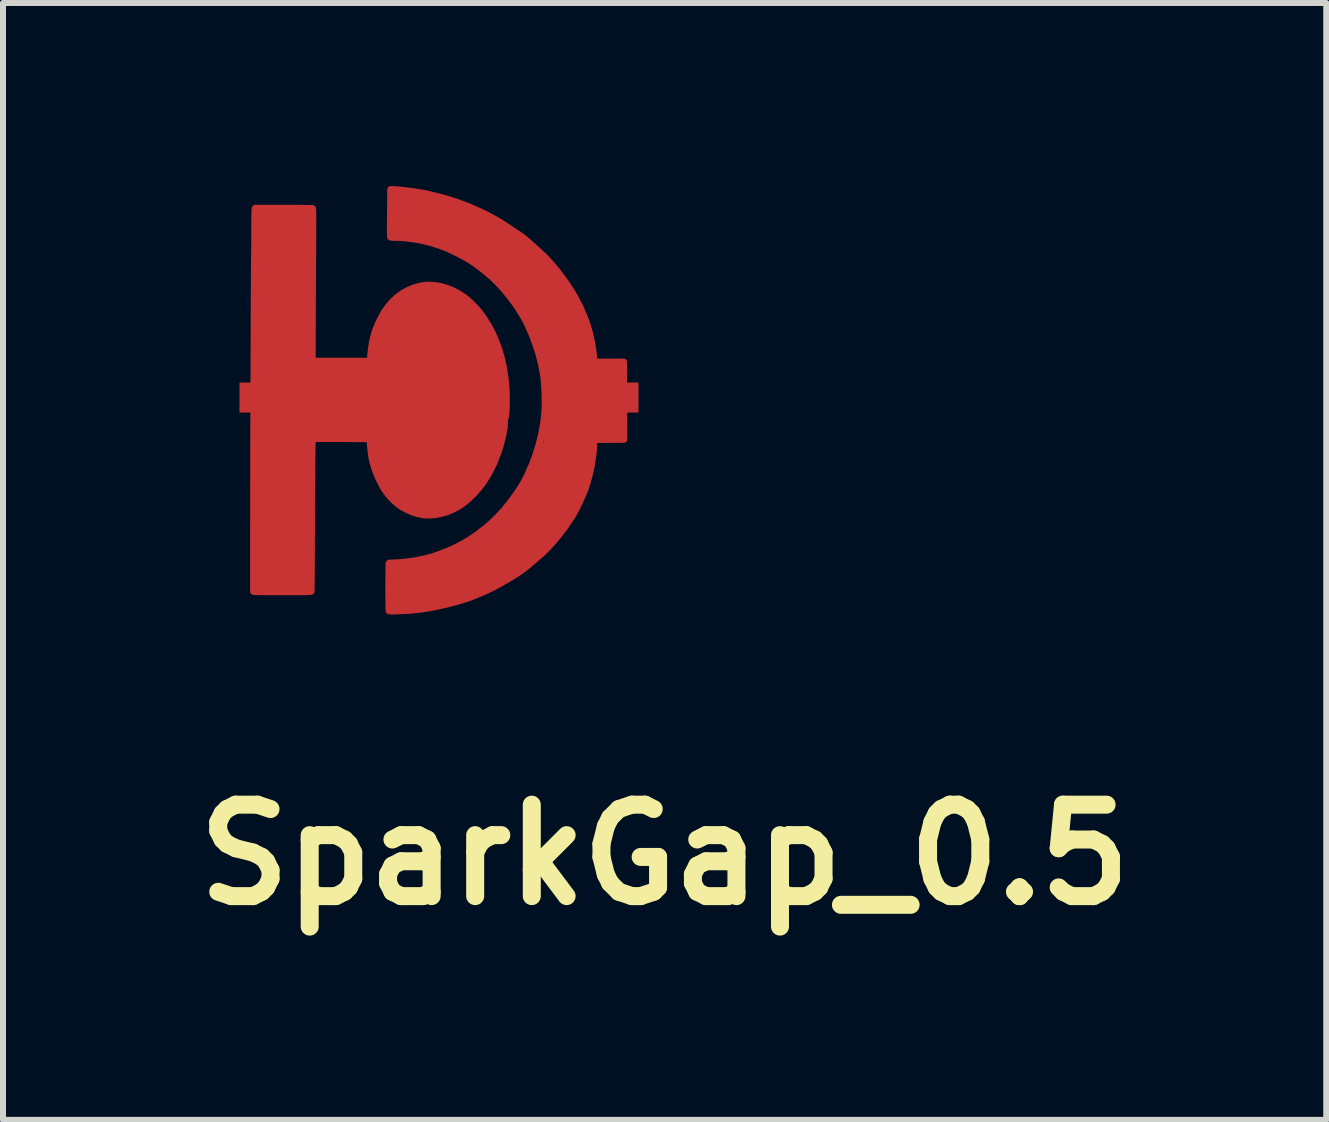
<source format=kicad_pcb>
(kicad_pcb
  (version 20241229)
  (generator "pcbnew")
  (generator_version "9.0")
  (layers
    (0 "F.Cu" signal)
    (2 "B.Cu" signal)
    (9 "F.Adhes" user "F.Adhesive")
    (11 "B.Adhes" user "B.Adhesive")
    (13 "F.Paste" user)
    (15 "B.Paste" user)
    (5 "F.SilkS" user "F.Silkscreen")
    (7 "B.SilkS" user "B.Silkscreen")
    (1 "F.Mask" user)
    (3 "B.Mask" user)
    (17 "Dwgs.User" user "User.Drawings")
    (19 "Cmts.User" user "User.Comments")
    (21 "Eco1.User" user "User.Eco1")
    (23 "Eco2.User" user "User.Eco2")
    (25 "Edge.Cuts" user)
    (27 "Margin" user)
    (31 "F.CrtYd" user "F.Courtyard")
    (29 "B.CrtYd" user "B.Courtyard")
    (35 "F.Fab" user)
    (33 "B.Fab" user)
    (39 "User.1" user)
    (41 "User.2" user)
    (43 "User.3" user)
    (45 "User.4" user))
  (footprint "SparkGap_0.5"
    (layer "F.Cu")
    (at 7.341 3.575)
    (property "Reference" "SparkGap_0.5" (at 0.685 7.62 0) (layer "F.SilkS") (effects (font (size 1.524 1.524) (thickness 0.3))))
    (attr through_hole)
    (fp_poly (pts (xy -3.95 -3.05) (xy -1.9 -2.25) (xy -1 0.075) (xy -1.625 1.825) (xy -3.9 3.55) (xy -6.175 3.55) (xy -6.2 -3.525) (xy -3.95 -3.525)) (stroke (width 0.1) (type solid)) (fill yes) (layer "F.Mask"))
    (pad "1" smd custom (at 0 0) (size 0.5 0.5) (layers "F.Cu" "F.Mask") (options (anchor rect)) (primitives (gr_poly (pts (xy -3.84 -3.473) (xy -3.81 -3.472) (xy -3.777 -3.47) (xy -3.743 -3.467) (xy -3.713 -3.464) (xy -3.626 -3.454) (xy -3.55 -3.444) (xy -3.482 -3.435) (xy -3.419 -3.426) (xy -3.359 -3.415) (xy -3.301 -3.404) (xy -3.241 -3.391) (xy -3.178 -3.376) (xy -3.109 -3.359) (xy -3.032 -3.339) (xy -2.957 -3.318) (xy -2.921 -3.308) (xy -2.877 -3.294) (xy -2.828 -3.278) (xy -2.776 -3.26) (xy -2.723 -3.242) (xy -2.673 -3.223) (xy -2.627 -3.206) (xy -2.588 -3.191) (xy -2.558 -3.178) (xy -2.552 -3.176) (xy -2.531 -3.166) (xy -2.515 -3.159) (xy -2.507 -3.156) (xy -2.506 -3.156) (xy -2.499 -3.153) (xy -2.483 -3.147) (xy -2.462 -3.137) (xy -2.456 -3.134) (xy -2.428 -3.121) (xy -2.394 -3.106) (xy -2.362 -3.091) (xy -2.357 -3.089) (xy -2.327 -3.075) (xy -2.288 -3.055) (xy -2.243 -3.031) (xy -2.193 -3.004) (xy -2.14 -2.975) (xy -2.087 -2.945) (xy -2.069 -2.934) (xy -2.047 -2.921) (xy -2.017 -2.902) (xy -1.98 -2.879) (xy -1.938 -2.852) (xy -1.894 -2.822) (xy -1.849 -2.792) (xy -1.805 -2.763) (xy -1.764 -2.735) (xy -1.727 -2.71) (xy -1.698 -2.689) (xy -1.693 -2.686) (xy -1.68 -2.676) (xy -1.667 -2.666) (xy -1.653 -2.655) (xy -1.637 -2.642) (xy -1.618 -2.626) (xy -1.595 -2.606) (xy -1.566 -2.581) (xy -1.531 -2.549) (xy -1.487 -2.511) (xy -1.471 -2.496) (xy -1.412 -2.443) (xy -1.361 -2.395) (xy -1.314 -2.35) (xy -1.269 -2.304) (xy -1.225 -2.255) (xy -1.178 -2.202) (xy -1.126 -2.141) (xy -1.102 -2.111) (xy -1.073 -2.074) (xy -1.041 -2.031) (xy -1.007 -1.986) (xy -0.975 -1.941) (xy -0.945 -1.899) (xy -0.92 -1.863) (xy -0.914 -1.853) (xy -0.889 -1.814) (xy -0.867 -1.78) (xy -0.849 -1.751) (xy -0.835 -1.729) (xy -0.828 -1.716) (xy -0.826 -1.712) (xy -0.823 -1.706) (xy -0.815 -1.691) (xy -0.804 -1.671) (xy -0.797 -1.66) (xy -0.787 -1.641) (xy -0.773 -1.616) (xy -0.758 -1.586) (xy -0.742 -1.555) (xy -0.726 -1.523) (xy -0.711 -1.493) (xy -0.699 -1.468) (xy -0.691 -1.449) (xy -0.687 -1.439) (xy -0.687 -1.438) (xy -0.684 -1.431) (xy -0.678 -1.415) (xy -0.671 -1.4) (xy -0.628 -1.296) (xy -0.59 -1.184) (xy -0.556 -1.064) (xy -0.528 -0.939) (xy -0.506 -0.812) (xy -0.49 -0.685) (xy -0.49 -0.677) (xy -0.486 -0.644) (xy -0.482 -0.62) (xy -0.478 -0.605) (xy -0.475 -0.602) (xy -0.468 -0.601) (xy -0.448 -0.6) (xy -0.419 -0.599) (xy -0.382 -0.599) (xy -0.338 -0.598) (xy -0.288 -0.598) (xy -0.234 -0.598) (xy -0.229 -0.598) (xy 0.009 -0.6) (xy 0.011 0.052) (xy 0.013 0.705) (xy -0.237 0.706) (xy -0.487 0.708) (xy -0.488 0.765) (xy -0.495 0.897) (xy -0.512 1.034) (xy -0.536 1.174) (xy -0.569 1.314) (xy -0.608 1.451) (xy -0.636 1.534) (xy -0.648 1.565) (xy -0.665 1.605) (xy -0.685 1.65) (xy -0.707 1.699) (xy -0.729 1.747) (xy -0.751 1.793) (xy -0.77 1.834) (xy -0.787 1.865) (xy -0.789 1.869) (xy -0.803 1.895) (xy -0.815 1.917) (xy -0.823 1.933) (xy -0.826 1.94) (xy -0.826 1.94) (xy -0.83 1.947) (xy -0.837 1.96) (xy -0.838 1.961) (xy -0.846 1.972) (xy -0.859 1.992) (xy -0.876 2.017) (xy -0.894 2.045) (xy -0.898 2.051) (xy -0.929 2.098) (xy -0.956 2.138) (xy -0.981 2.173) (xy -1.005 2.206) (xy -1.03 2.238) (xy -1.057 2.274) (xy -1.09 2.314) (xy -1.127 2.359) (xy -1.152 2.389) (xy -1.183 2.423) (xy -1.216 2.46) (xy -1.251 2.497) (xy -1.286 2.533) (xy -1.32 2.567) (xy -1.35 2.597) (xy -1.375 2.62) (xy -1.393 2.636) (xy -1.395 2.638) (xy -1.41 2.649) (xy -1.431 2.667) (xy -1.457 2.689) (xy -1.484 2.713) (xy -1.494 2.721) (xy -1.548 2.768) (xy -1.598 2.81) (xy -1.644 2.846) (xy -1.69 2.881) (xy -1.739 2.915) (xy -1.792 2.949) (xy -1.851 2.987) (xy -1.901 3.017) (xy -1.993 3.071) (xy -2.079 3.12) (xy -2.163 3.165) (xy -2.247 3.206) (xy -2.334 3.246) (xy -2.426 3.285) (xy -2.527 3.325) (xy -2.582 3.346) (xy -2.602 3.353) (xy -2.631 3.363) (xy -2.667 3.374) (xy -2.706 3.386) (xy -2.746 3.398) (xy -2.784 3.409) (xy -2.817 3.418) (xy -2.82 3.419) (xy -2.971 3.457) (xy -3.113 3.489) (xy -3.248 3.515) (xy -3.377 3.534) (xy -3.504 3.548) (xy -3.604 3.556) (xy -3.65 3.558) (xy -3.698 3.56) (xy -3.744 3.562) (xy -3.789 3.564) (xy -3.829 3.565) (xy -3.863 3.565) (xy -3.89 3.565) (xy -3.907 3.564) (xy -3.911 3.564) (xy -3.913 3.56) (xy -3.914 3.549) (xy -3.916 3.53) (xy -3.916 3.503) (xy -3.917 3.467) (xy -3.918 3.421) (xy -3.918 3.415) (xy -3.904 3.415) (xy -3.904 3.459) (xy -3.904 3.495) (xy -3.904 3.522) (xy -3.903 3.539) (xy -3.902 3.544) (xy -3.895 3.546) (xy -3.876 3.548) (xy -3.848 3.549) (xy -3.812 3.549) (xy -3.771 3.548) (xy -3.725 3.546) (xy -3.677 3.544) (xy -3.628 3.541) (xy -3.581 3.538) (xy -3.535 3.534) (xy -3.535 3.534) (xy -3.456 3.526) (xy -3.385 3.518) (xy -3.319 3.51) (xy -3.255 3.5) (xy -3.19 3.488) (xy -3.123 3.475) (xy -3.05 3.459) (xy -2.969 3.44) (xy -2.915 3.428) (xy -2.862 3.414) (xy -2.804 3.398) (xy -2.743 3.381) (xy -2.682 3.362) (xy -2.622 3.343) (xy -2.565 3.324) (xy -2.515 3.306) (xy -2.472 3.289) (xy -2.442 3.277) (xy -2.432 3.272) (xy -2.413 3.263) (xy -2.387 3.252) (xy -2.356 3.239) (xy -2.347 3.235) (xy -2.316 3.222) (xy -2.289 3.209) (xy -2.267 3.199) (xy -2.254 3.193) (xy -2.252 3.191) (xy -2.24 3.185) (xy -2.22 3.175) (xy -2.198 3.165) (xy -2.171 3.152) (xy -2.143 3.138) (xy -2.125 3.128) (xy -2.103 3.116) (xy -2.075 3.1) (xy -2.049 3.086) (xy -2.005 3.062) (xy -1.956 3.033) (xy -1.905 3.002) (xy -1.852 2.969) (xy -1.8 2.935) (xy -1.749 2.901) (xy -1.703 2.87) (xy -1.663 2.841) (xy -1.63 2.816) (xy -1.606 2.796) (xy -1.604 2.795) (xy -1.583 2.776) (xy -1.56 2.756) (xy -1.55 2.748) (xy -1.531 2.733) (xy -1.513 2.717) (xy -1.505 2.711) (xy -1.496 2.702) (xy -1.478 2.686) (xy -1.455 2.665) (xy -1.427 2.641) (xy -1.397 2.615) (xy -1.396 2.614) (xy -1.357 2.579) (xy -1.314 2.537) (xy -1.269 2.492) (xy -1.223 2.444) (xy -1.179 2.396) (xy -1.138 2.349) (xy -1.103 2.307) (xy -1.075 2.27) (xy -1.068 2.261) (xy -1.056 2.244) (xy -1.039 2.223) (xy -1.022 2.201) (xy -1.021 2.2) (xy -0.992 2.162) (xy -0.959 2.114) (xy -0.923 2.061) (xy -0.886 2.003) (xy -0.85 1.945) (xy -0.817 1.888) (xy -0.787 1.835) (xy -0.763 1.788) (xy -0.758 1.777) (xy -0.707 1.664) (xy -0.663 1.558) (xy -0.627 1.458) (xy -0.596 1.361) (xy -0.571 1.266) (xy -0.551 1.169) (xy -0.541 1.111) (xy -0.536 1.082) (xy -0.531 1.054) (xy -0.527 1.032) (xy -0.524 1.011) (xy -0.52 0.981) (xy -0.517 0.944) (xy -0.513 0.902) (xy -0.509 0.859) (xy -0.506 0.816) (xy -0.504 0.778) (xy -0.503 0.747) (xy -0.502 0.732) (xy -0.502 0.686) (xy -0.256 0.684) (xy -0.01 0.683) (xy -0.01 -0.575) (xy -0.25 -0.578) (xy -0.303 -0.579) (xy -0.353 -0.58) (xy -0.398 -0.581) (xy -0.435 -0.582) (xy -0.465 -0.583) (xy -0.484 -0.584) (xy -0.493 -0.585) (xy -0.493 -0.585) (xy -0.496 -0.594) (xy -0.499 -0.61) (xy -0.5 -0.614) (xy -0.501 -0.63) (xy -0.503 -0.655) (xy -0.506 -0.686) (xy -0.509 -0.714) (xy -0.516 -0.775) (xy -0.524 -0.835) (xy -0.533 -0.89) (xy -0.54 -0.924) (xy -0.545 -0.945) (xy -0.55 -0.971) (xy -0.553 -0.987) (xy -0.561 -1.02) (xy -0.571 -1.062) (xy -0.584 -1.109) (xy -0.599 -1.158) (xy -0.614 -1.207) (xy -0.629 -1.252) (xy -0.642 -1.289) (xy -0.643 -1.292) (xy -0.673 -1.369) (xy -0.704 -1.441) (xy -0.738 -1.512) (xy -0.774 -1.583) (xy -0.814 -1.657) (xy -0.861 -1.737) (xy -0.912 -1.822) (xy -0.945 -1.873) (xy -0.986 -1.932) (xy -1.033 -1.995) (xy -1.086 -2.063) (xy -1.141 -2.132) (xy -1.182 -2.182) (xy -1.213 -2.217) (xy -1.252 -2.259) (xy -1.296 -2.305) (xy -1.346 -2.354) (xy -1.398 -2.404) (xy -1.452 -2.455) (xy -1.506 -2.505) (xy -1.558 -2.552) (xy -1.607 -2.595) (xy -1.651 -2.632) (xy -1.689 -2.663) (xy -1.706 -2.675) (xy -1.729 -2.691) (xy -1.759 -2.712) (xy -1.794 -2.736) (xy -1.834 -2.763) (xy -1.875 -2.791) (xy -1.917 -2.819) (xy -1.957 -2.845) (xy -1.994 -2.87) (xy -2.027 -2.89) (xy -2.052 -2.907) (xy -2.069 -2.917) (xy -2.071 -2.918) (xy -2.139 -2.957) (xy -2.2 -2.991) (xy -2.252 -3.02) (xy -2.296 -3.043) (xy -2.33 -3.06) (xy -2.353 -3.071) (xy -2.375 -3.08) (xy -2.402 -3.092) (xy -2.43 -3.105) (xy -2.434 -3.107) (xy -2.463 -3.121) (xy -2.495 -3.135) (xy -2.521 -3.146) (xy -2.523 -3.147) (xy -2.549 -3.157) (xy -2.574 -3.168) (xy -2.59 -3.175) (xy -2.607 -3.183) (xy -2.618 -3.187) (xy -2.621 -3.188) (xy -2.629 -3.19) (xy -2.643 -3.196) (xy -2.645 -3.197) (xy -2.667 -3.205) (xy -2.699 -3.217) (xy -2.739 -3.231) (xy -2.784 -3.246) (xy -2.832 -3.262) (xy -2.881 -3.278) (xy -2.928 -3.293) (xy -2.971 -3.306) (xy -3.008 -3.316) (xy -3.011 -3.317) (xy -3.035 -3.324) (xy -3.065 -3.332) (xy -3.093 -3.339) (xy -3.124 -3.348) (xy -3.159 -3.356) (xy -3.196 -3.365) (xy -3.231 -3.373) (xy -3.261 -3.38) (xy -3.284 -3.385) (xy -3.293 -3.387) (xy -3.312 -3.39) (xy -3.339 -3.394) (xy -3.373 -3.4) (xy -3.41 -3.406) (xy -3.448 -3.413) (xy -3.482 -3.419) (xy -3.484 -3.419) (xy -3.52 -3.425) (xy -3.562 -3.431) (xy -3.612 -3.437) (xy -3.673 -3.444) (xy -3.681 -3.445) (xy -3.7 -3.446) (xy -3.727 -3.448) (xy -3.76 -3.45) (xy -3.793 -3.452) (xy -3.874 -3.456) (xy -3.874 -2.68) (xy -3.854 -2.679) (xy -3.785 -2.678) (xy -3.711 -2.673) (xy -3.636 -2.668) (xy -3.564 -2.66) (xy -3.498 -2.651) (xy -3.455 -2.644) (xy -3.426 -2.639) (xy -3.396 -2.634) (xy -3.373 -2.629) (xy -3.369 -2.629) (xy -3.314 -2.617) (xy -3.25 -2.6) (xy -3.18 -2.58) (xy -3.107 -2.557) (xy -3.034 -2.531) (xy -2.964 -2.505) (xy -2.925 -2.489) (xy -2.895 -2.476) (xy -2.858 -2.459) (xy -2.816 -2.439) (xy -2.772 -2.417) (xy -2.728 -2.395) (xy -2.686 -2.373) (xy -2.648 -2.353) (xy -2.618 -2.337) (xy -2.598 -2.325) (xy -2.505 -2.265) (xy -2.421 -2.207) (xy -2.344 -2.151) (xy -2.273 -2.095) (xy -2.268 -2.09) (xy -2.242 -2.068) (xy -2.21 -2.038) (xy -2.174 -2.004) (xy -2.136 -1.967) (xy -2.097 -1.928) (xy -2.059 -1.89) (xy -2.025 -1.854) (xy -1.996 -1.823) (xy -1.975 -1.799) (xy -1.973 -1.797) (xy -1.957 -1.776) (xy -1.942 -1.758) (xy -1.927 -1.739) (xy -1.911 -1.719) (xy -1.892 -1.695) (xy -1.869 -1.665) (xy -1.84 -1.628) (xy -1.829 -1.613) (xy -1.813 -1.591) (xy -1.794 -1.565) (xy -1.774 -1.536) (xy -1.753 -1.507) (xy -1.734 -1.479) (xy -1.717 -1.454) (xy -1.705 -1.435) (xy -1.698 -1.423) (xy -1.696 -1.42) (xy -1.693 -1.413) (xy -1.685 -1.399) (xy -1.675 -1.383) (xy -1.666 -1.368) (xy -1.653 -1.344) (xy -1.638 -1.313) (xy -1.62 -1.279) (xy -1.602 -1.243) (xy -1.585 -1.209) (xy -1.571 -1.178) (xy -1.56 -1.154) (xy -1.556 -1.146) (xy -1.551 -1.133) (xy -1.542 -1.114) (xy -1.538 -1.105) (xy -1.512 -1.041) (xy -1.485 -0.973) (xy -1.459 -0.904) (xy -1.435 -0.835) (xy -1.413 -0.77) (xy -1.395 -0.711) (xy -1.385 -0.673) (xy -1.371 -0.616) (xy -1.359 -0.568) (xy -1.35 -0.527) (xy -1.343 -0.491) (xy -1.337 -0.456) (xy -1.335 -0.438) (xy -1.33 -0.408) (xy -1.325 -0.376) (xy -1.321 -0.352) (xy -1.313 -0.296) (xy -1.307 -0.23) (xy -1.302 -0.156) (xy -1.298 -0.078) (xy -1.296 0.002) (xy -1.295 0.081) (xy -1.297 0.157) (xy -1.3 0.226) (xy -1.303 0.267) (xy -1.307 0.313) (xy -1.313 0.365) (xy -1.321 0.42) (xy -1.329 0.475) (xy -1.337 0.528) (xy -1.346 0.576) (xy -1.354 0.617) (xy -1.361 0.649) (xy -1.363 0.654) (xy -1.369 0.678) (xy -1.376 0.705) (xy -1.378 0.718) (xy -1.387 0.752) (xy -1.4 0.797) (xy -1.416 0.848) (xy -1.434 0.904) (xy -1.454 0.962) (xy -1.475 1.02) (xy -1.496 1.076) (xy -1.515 1.126) (xy -1.533 1.169) (xy -1.534 1.172) (xy -1.548 1.202) (xy -1.564 1.238) (xy -1.583 1.277) (xy -1.602 1.317) (xy -1.62 1.354) (xy -1.635 1.386) (xy -1.647 1.409) (xy -1.648 1.41) (xy -1.658 1.429) (xy -1.673 1.454) (xy -1.69 1.482) (xy -1.708 1.512) (xy -1.726 1.54) (xy -1.742 1.566) (xy -1.755 1.585) (xy -1.764 1.598) (xy -1.766 1.6) (xy -1.772 1.607) (xy -1.782 1.621) (xy -1.791 1.635) (xy -1.804 1.654) (xy -1.823 1.68) (xy -1.847 1.711) (xy -1.872 1.745) (xy -1.898 1.779) (xy -1.923 1.811) (xy -1.945 1.839) (xy -1.959 1.857) (xy -1.981 1.883) (xy -2.011 1.915) (xy -2.045 1.951) (xy -2.083 1.99) (xy -2.122 2.029) (xy -2.16 2.067) (xy -2.196 2.101) (xy -2.217 2.12) (xy -2.279 2.173) (xy -2.348 2.229) (xy -2.422 2.284) (xy -2.497 2.337) (xy -2.569 2.385) (xy -2.627 2.419) (xy -2.648 2.431) (xy -2.677 2.447) (xy -2.711 2.464) (xy -2.749 2.483) (xy -2.788 2.503) (xy -2.827 2.522) (xy -2.865 2.54) (xy -2.898 2.556) (xy -2.927 2.57) (xy -2.948 2.579) (xy -2.96 2.584) (xy -2.963 2.584) (xy -2.97 2.587) (xy -2.983 2.592) (xy -3.035 2.611) (xy -3.093 2.632) (xy -3.155 2.652) (xy -3.219 2.671) (xy -3.282 2.689) (xy -3.34 2.704) (xy -3.393 2.716) (xy -3.436 2.725) (xy -3.436 2.725) (xy -3.496 2.733) (xy -3.563 2.742) (xy -3.635 2.75) (xy -3.706 2.757) (xy -3.772 2.763) (xy -3.824 2.766) (xy -3.851 2.768) (xy -3.874 2.77) (xy -3.89 2.773) (xy -3.894 2.774) (xy -3.895 2.781) (xy -3.896 2.8) (xy -3.897 2.828) (xy -3.898 2.865) (xy -3.899 2.909) (xy -3.9 2.96) (xy -3.901 3.015) (xy -3.902 3.073) (xy -3.902 3.133) (xy -3.903 3.194) (xy -3.903 3.254) (xy -3.904 3.312) (xy -3.904 3.366) (xy -3.904 3.415) (xy -3.918 3.415) (xy -3.918 3.365) (xy -3.919 3.298) (xy -3.919 3.219) (xy -3.919 3.165) (xy -3.919 3.096) (xy -3.919 3.029) (xy -3.918 2.968) (xy -3.918 2.912) (xy -3.917 2.863) (xy -3.917 2.822) (xy -3.916 2.791) (xy -3.916 2.77) (xy -3.915 2.76) (xy -3.915 2.76) (xy -3.911 2.755) (xy -3.902 2.752) (xy -3.885 2.75) (xy -3.859 2.75) (xy -3.848 2.75) (xy -3.811 2.749) (xy -3.769 2.747) (xy -3.731 2.744) (xy -3.723 2.743) (xy -3.688 2.74) (xy -3.647 2.736) (xy -3.608 2.732) (xy -3.595 2.73) (xy -3.452 2.71) (xy -3.305 2.679) (xy -3.157 2.638) (xy -3.01 2.585) (xy -2.863 2.524) (xy -2.773 2.48) (xy -2.701 2.442) (xy -2.636 2.406) (xy -2.574 2.369) (xy -2.513 2.328) (xy -2.448 2.283) (xy -2.398 2.246) (xy -2.285 2.158) (xy -2.18 2.065) (xy -2.08 1.966) (xy -1.984 1.86) (xy -1.891 1.744) (xy -1.8 1.619) (xy -1.744 1.537) (xy -1.709 1.483) (xy -1.68 1.435) (xy -1.655 1.39) (xy -1.631 1.345) (xy -1.61 1.303) (xy -1.533 1.128) (xy -1.466 0.951) (xy -1.411 0.772) (xy -1.368 0.592) (xy -1.337 0.413) (xy -1.321 0.279) (xy -1.317 0.213) (xy -1.314 0.137) (xy -1.314 0.055) (xy -1.315 -0.031) (xy -1.318 -0.116) (xy -1.323 -0.199) (xy -1.329 -0.276) (xy -1.336 -0.345) (xy -1.34 -0.371) (xy -1.373 -0.55) (xy -1.418 -0.726) (xy -1.474 -0.901) (xy -1.541 -1.075) (xy -1.618 -1.245) (xy -1.675 -1.351) (xy -1.743 -1.462) (xy -1.822 -1.577) (xy -1.91 -1.694) (xy -2.009 -1.813) (xy -2.017 -1.822) (xy -2.092 -1.903) (xy -2.176 -1.985) (xy -2.268 -2.066) (xy -2.364 -2.144) (xy -2.462 -2.217) (xy -2.559 -2.283) (xy -2.598 -2.307) (xy -2.63 -2.325) (xy -2.67 -2.347) (xy -2.715 -2.371) (xy -2.761 -2.395) (xy -2.808 -2.418) (xy -2.851 -2.439) (xy -2.888 -2.456) (xy -2.912 -2.467) (xy -2.939 -2.478) (xy -2.964 -2.489) (xy -2.983 -2.497) (xy -2.988 -2.499) (xy -3.012 -2.508) (xy -3.044 -2.52) (xy -3.082 -2.534) (xy -3.123 -2.547) (xy -3.165 -2.56) (xy -3.203 -2.572) (xy -3.235 -2.581) (xy -3.258 -2.587) (xy -3.273 -2.59) (xy -3.295 -2.596) (xy -3.309 -2.6) (xy -3.336 -2.607) (xy -3.367 -2.613) (xy -3.382 -2.616) (xy -3.407 -2.62) (xy -3.438 -2.625) (xy -3.47 -2.631) (xy -3.477 -2.632) (xy -3.547 -2.642) (xy -3.62 -2.651) (xy -3.691 -2.657) (xy -3.757 -2.66) (xy -3.794 -2.661) (xy -3.826 -2.661) (xy -3.854 -2.662) (xy -3.874 -2.664) (xy -3.886 -2.666) (xy -3.886 -2.666) (xy -3.888 -2.669) (xy -3.89 -2.675) (xy -3.891 -2.686) (xy -3.892 -2.702) (xy -3.893 -2.724) (xy -3.893 -2.753) (xy -3.893 -2.79) (xy -3.893 -2.835) (xy -3.893 -2.891) (xy -3.892 -2.957) (xy -3.892 -3.034) (xy -3.891 -3.071) (xy -3.891 -3.141) (xy -3.89 -3.207) (xy -3.889 -3.268) (xy -3.889 -3.324) (xy -3.888 -3.372) (xy -3.888 -3.412) (xy -3.888 -3.442) (xy -3.887 -3.463) (xy -3.887 -3.472) (xy -3.887 -3.472) (xy -3.881 -3.473) (xy -3.865 -3.474) (xy -3.84 -3.473)) (width 0.1) (fill yes)) (gr_poly (pts (xy -0.9 2.025) (xy -1.85 2.95) (xy -3.212 3.487) (xy -3.825 3.475) (xy -3.825 2.825) (xy -2.975 2.675) (xy -2.175 2.175) (xy -1.6 1.45) (xy -1.35 0.8) (xy -0.5 0.8)) (width 0.1) (fill yes)) (gr_poly (pts (xy -2.725 -3.175) (xy -1.7 -2.6) (xy -1.025 -1.925) (xy -0.675 -1.2) (xy -0.6 -0.825) (xy -1.375 -0.8) (xy -1.75 -1.625) (xy -2.375 -2.275) (xy -3.275 -2.675) (xy -3.825 -2.75) (xy -3.875 -3.45)) (width 0.1) (fill yes)) (gr_poly (pts (xy -0.5 0.825) (xy -1.275 0.825) (xy -1.3 -0.825) (xy -0.55 -0.825)) (width 0.1) (fill yes)) (gr_poly (pts (xy -0.45 -0.575) (xy -0.05 -0.575) (xy -0.025 -0.55) (xy -0.025 0.65) (xy -0.55 0.65) (xy -0.525 -0.6)) (width 0.1) (fill yes))))
    (pad "2" smd custom (at -6.15 0) (size 0.5 0.5) (layers "F.Cu" "F.Mask") (options (anchor rect)) (primitives (gr_poly (pts (xy 0.486 -3.162) (xy 0.564 -3.162) (xy 0.638 -3.162) (xy 0.708 -3.162) (xy 0.771 -3.161) (xy 0.827 -3.16) (xy 0.876 -3.16) (xy 0.916 -3.159) (xy 0.946 -3.158) (xy 0.966 -3.157) (xy 0.973 -3.157) (xy 0.973 -3.157) (xy 0.975 -3.154) (xy 0.976 -3.149) (xy 0.977 -3.14) (xy 0.977 -3.126) (xy 0.978 -3.108) (xy 0.979 -3.084) (xy 0.979 -3.054) (xy 0.979 -3.018) (xy 0.98 -2.974) (xy 0.98 -2.922) (xy 0.98 -2.862) (xy 0.979 -2.793) (xy 0.979 -2.714) (xy 0.979 -2.626) (xy 0.978 -2.526) (xy 0.978 -2.415) (xy 0.977 -2.293) (xy 0.976 -2.241) (xy 0.976 -2.127) (xy 0.975 -2.011) (xy 0.974 -1.896) (xy 0.974 -1.781) (xy 0.973 -1.669) (xy 0.973 -1.56) (xy 0.972 -1.456) (xy 0.972 -1.357) (xy 0.972 -1.264) (xy 0.971 -1.18) (xy 0.971 -1.104) (xy 0.971 -1.039) (xy 0.971 -0.985) (xy 0.971 -0.972) (xy 0.971 -0.613) (xy 1.923 -0.613) (xy 1.925 -0.635) (xy 1.932 -0.728) (xy 1.941 -0.815) (xy 1.953 -0.893) (xy 1.966 -0.961) (xy 1.98 -1.016) (xy 1.987 -1.039) (xy 1.993 -1.061) (xy 1.996 -1.07) (xy 2.001 -1.088) (xy 2.009 -1.11) (xy 2.012 -1.118) (xy 2.02 -1.141) (xy 2.03 -1.168) (xy 2.035 -1.181) (xy 2.042 -1.2) (xy 2.054 -1.226) (xy 2.069 -1.258) (xy 2.085 -1.291) (xy 2.089 -1.301) (xy 2.148 -1.408) (xy 2.213 -1.505) (xy 2.285 -1.591) (xy 2.363 -1.666) (xy 2.447 -1.73) (xy 2.486 -1.755) (xy 2.569 -1.799) (xy 2.655 -1.834) (xy 2.742 -1.859) (xy 2.827 -1.875) (xy 2.901 -1.879) (xy 3.006 -1.874) (xy 3.107 -1.857) (xy 3.207 -1.829) (xy 3.306 -1.789) (xy 3.404 -1.737) (xy 3.502 -1.673) (xy 3.514 -1.664) (xy 3.546 -1.639) (xy 3.583 -1.605) (xy 3.624 -1.566) (xy 3.666 -1.524) (xy 3.706 -1.48) (xy 3.743 -1.438) (xy 3.775 -1.399) (xy 3.782 -1.39) (xy 3.85 -1.29) (xy 3.915 -1.182) (xy 3.974 -1.068) (xy 4.024 -0.952) (xy 4.039 -0.914) (xy 4.06 -0.857) (xy 4.08 -0.798) (xy 4.098 -0.74) (xy 4.115 -0.686) (xy 4.127 -0.639) (xy 4.131 -0.622) (xy 4.137 -0.598) (xy 4.142 -0.573) (xy 4.143 -0.568) (xy 4.164 -0.464) (xy 4.181 -0.351) (xy 4.194 -0.233) (xy 4.202 -0.112) (xy 4.206 0.007) (xy 4.206 0.031) (xy 4.205 0.114) (xy 4.203 0.185) (xy 4.199 0.245) (xy 4.194 0.293) (xy 4.188 0.329) (xy 4.183 0.344) (xy 4.174 0.371) (xy 4.178 0.333) (xy 4.179 0.318) (xy 4.18 0.291) (xy 4.181 0.256) (xy 4.182 0.213) (xy 4.183 0.165) (xy 4.184 0.114) (xy 4.185 0.083) (xy 4.186 -0.005) (xy 4.186 -0.082) (xy 4.184 -0.152) (xy 4.18 -0.216) (xy 4.175 -0.277) (xy 4.168 -0.337) (xy 4.159 -0.399) (xy 4.152 -0.438) (xy 4.147 -0.47) (xy 4.141 -0.505) (xy 4.136 -0.53) (xy 4.13 -0.564) (xy 4.122 -0.597) (xy 4.112 -0.635) (xy 4.101 -0.673) (xy 4.09 -0.711) (xy 4.082 -0.74) (xy 4.075 -0.765) (xy 4.074 -0.77) (xy 4.068 -0.787) (xy 4.06 -0.813) (xy 4.049 -0.845) (xy 4.037 -0.879) (xy 4.025 -0.911) (xy 4.014 -0.94) (xy 4.01 -0.953) (xy 3.996 -0.985) (xy 3.977 -1.026) (xy 3.954 -1.072) (xy 3.93 -1.12) (xy 3.905 -1.167) (xy 3.881 -1.209) (xy 3.861 -1.245) (xy 3.8 -1.336) (xy 3.733 -1.424) (xy 3.661 -1.506) (xy 3.586 -1.581) (xy 3.509 -1.647) (xy 3.437 -1.699) (xy 3.415 -1.713) (xy 3.387 -1.729) (xy 3.356 -1.746) (xy 3.325 -1.762) (xy 3.294 -1.778) (xy 3.268 -1.79) (xy 3.248 -1.799) (xy 3.236 -1.803) (xy 3.235 -1.803) (xy 3.222 -1.806) (xy 3.209 -1.812) (xy 3.192 -1.819) (xy 3.165 -1.827) (xy 3.133 -1.835) (xy 3.098 -1.843) (xy 3.063 -1.85) (xy 3.04 -1.854) (xy 2.995 -1.859) (xy 2.945 -1.861) (xy 2.892 -1.861) (xy 2.841 -1.858) (xy 2.795 -1.854) (xy 2.76 -1.848) (xy 2.719 -1.838) (xy 2.687 -1.829) (xy 2.66 -1.82) (xy 2.641 -1.813) (xy 2.621 -1.805) (xy 2.6 -1.797) (xy 2.6 -1.797) (xy 2.581 -1.789) (xy 2.558 -1.778) (xy 2.542 -1.77) (xy 2.458 -1.718) (xy 2.377 -1.655) (xy 2.301 -1.582) (xy 2.23 -1.501) (xy 2.167 -1.412) (xy 2.112 -1.318) (xy 2.065 -1.218) (xy 2.048 -1.172) (xy 2.038 -1.144) (xy 2.028 -1.118) (xy 2.021 -1.098) (xy 2.019 -1.092) (xy 2.01 -1.068) (xy 2.001 -1.034) (xy 1.99 -0.995) (xy 1.98 -0.953) (xy 1.971 -0.911) (xy 1.964 -0.873) (xy 1.959 -0.842) (xy 1.958 -0.838) (xy 1.955 -0.808) (xy 1.951 -0.77) (xy 1.947 -0.729) (xy 1.944 -0.689) (xy 1.943 -0.686) (xy 1.936 -0.594) (xy 1.457 -0.593) (xy 1.368 -0.593) (xy 1.287 -0.593) (xy 1.212 -0.593) (xy 1.147 -0.593) (xy 1.089 -0.594) (xy 1.042 -0.594) (xy 1.005 -0.595) (xy 0.979 -0.596) (xy 0.965 -0.597) (xy 0.962 -0.598) (xy 0.947 -0.604) (xy 0.951 -0.878) (xy 0.951 -0.916) (xy 0.952 -0.966) (xy 0.952 -1.027) (xy 0.953 -1.098) (xy 0.954 -1.178) (xy 0.954 -1.265) (xy 0.955 -1.36) (xy 0.955 -1.46) (xy 0.956 -1.566) (xy 0.957 -1.676) (xy 0.957 -1.789) (xy 0.958 -1.904) (xy 0.958 -2.02) (xy 0.959 -2.137) (xy 0.959 -2.148) (xy 0.963 -3.143) (xy 0.015 -3.143) (xy 0.015 -2.986) (xy 0.015 -2.939) (xy 0.014 -2.894) (xy 0.014 -2.852) (xy 0.013 -2.816) (xy 0.012 -2.789) (xy 0.012 -2.778) (xy 0.012 -2.766) (xy 0.011 -2.743) (xy 0.011 -2.708) (xy 0.011 -2.662) (xy 0.01 -2.606) (xy 0.01 -2.541) (xy 0.009 -2.468) (xy 0.009 -2.386) (xy 0.008 -2.297) (xy 0.008 -2.202) (xy 0.008 -2.101) (xy 0.007 -1.995) (xy 0.007 -1.884) (xy 0.006 -1.77) (xy 0.006 -1.652) (xy 0.006 -1.622) (xy 0.005 -1.503) (xy 0.005 -1.385) (xy 0.004 -1.271) (xy 0.004 -1.16) (xy 0.004 -1.053) (xy 0.003 -0.951) (xy 0.003 -0.856) (xy 0.002 -0.767) (xy 0.002 -0.685) (xy 0.001 -0.612) (xy 0.001 -0.547) (xy 0.000452 -0.492) (xy 0.000077 -0.448) (xy -0.000269 -0.414) (xy -0.001 -0.392) (xy -0.001 -0.391) (xy -0.001 -0.373) (xy -0.001 -0.344) (xy -0.001 -0.303) (xy -0.002 -0.251) (xy -0.002 -0.189) (xy -0.002 -0.116) (xy -0.003 -0.035) (xy -0.003 0.056) (xy -0.004 0.154) (xy -0.004 0.26) (xy -0.004 0.373) (xy -0.005 0.493) (xy -0.005 0.619) (xy -0.006 0.75) (xy -0.006 0.886) (xy -0.006 1.026) (xy -0.007 1.169) (xy -0.007 1.316) (xy -0.008 1.466) (xy -0.008 1.481) (xy -0.012 3.226) (xy 0.149 3.227) (xy 0.191 3.227) (xy 0.24 3.227) (xy 0.294 3.227) (xy 0.353 3.227) (xy 0.415 3.227) (xy 0.478 3.226) (xy 0.542 3.226) (xy 0.605 3.226) (xy 0.667 3.226) (xy 0.725 3.225) (xy 0.778 3.225) (xy 0.826 3.225) (xy 0.866 3.224) (xy 0.898 3.224) (xy 0.921 3.224) (xy 0.933 3.223) (xy 0.934 3.223) (xy 0.934 3.217) (xy 0.935 3.199) (xy 0.935 3.169) (xy 0.936 3.13) (xy 0.936 3.082) (xy 0.937 3.026) (xy 0.937 2.963) (xy 0.938 2.894) (xy 0.938 2.819) (xy 0.939 2.739) (xy 0.939 2.676) (xy 0.94 2.581) (xy 0.94 2.48) (xy 0.941 2.375) (xy 0.942 2.269) (xy 0.942 2.163) (xy 0.943 2.059) (xy 0.944 1.961) (xy 0.944 1.869) (xy 0.945 1.785) (xy 0.945 1.724) (xy 0.946 1.641) (xy 0.947 1.551) (xy 0.947 1.457) (xy 0.947 1.363) (xy 0.948 1.27) (xy 0.948 1.18) (xy 0.948 1.098) (xy 0.948 1.024) (xy 0.948 0.995) (xy 0.949 0.673) (xy 1.436 0.673) (xy 1.532 0.673) (xy 1.616 0.673) (xy 1.688 0.674) (xy 1.749 0.674) (xy 1.8 0.674) (xy 1.842 0.675) (xy 1.875 0.676) (xy 1.9 0.677) (xy 1.917 0.678) (xy 1.928 0.679) (xy 1.932 0.681) (xy 1.936 0.691) (xy 1.938 0.713) (xy 1.939 0.742) (xy 1.942 0.808) (xy 1.948 0.88) (xy 1.959 0.955) (xy 1.973 1.028) (xy 1.985 1.079) (xy 1.993 1.11) (xy 2 1.137) (xy 2.005 1.158) (xy 2.007 1.168) (xy 2.012 1.183) (xy 2.015 1.191) (xy 2.02 1.2) (xy 2.026 1.217) (xy 2.034 1.238) (xy 2.054 1.293) (xy 2.079 1.35) (xy 2.106 1.407) (xy 2.135 1.46) (xy 2.163 1.507) (xy 2.184 1.537) (xy 2.198 1.556) (xy 2.217 1.58) (xy 2.236 1.606) (xy 2.239 1.61) (xy 2.296 1.677) (xy 2.363 1.741) (xy 2.439 1.799) (xy 2.52 1.849) (xy 2.603 1.891) (xy 2.634 1.904) (xy 2.672 1.916) (xy 2.718 1.927) (xy 2.771 1.938) (xy 2.826 1.947) (xy 2.869 1.952) (xy 2.888 1.952) (xy 2.917 1.951) (xy 2.951 1.948) (xy 2.99 1.944) (xy 3.029 1.939) (xy 3.065 1.934) (xy 3.096 1.928) (xy 3.104 1.927) (xy 3.186 1.904) (xy 3.271 1.871) (xy 3.356 1.829) (xy 3.438 1.779) (xy 3.498 1.736) (xy 3.518 1.72) (xy 3.544 1.697) (xy 3.574 1.669) (xy 3.604 1.64) (xy 3.62 1.624) (xy 3.674 1.568) (xy 3.721 1.516) (xy 3.763 1.466) (xy 3.801 1.414) (xy 3.838 1.359) (xy 3.876 1.296) (xy 3.882 1.286) (xy 3.896 1.262) (xy 3.912 1.232) (xy 3.929 1.198) (xy 3.947 1.163) (xy 3.964 1.128) (xy 3.979 1.097) (xy 3.991 1.07) (xy 3.998 1.052) (xy 4 1.048) (xy 4.005 1.033) (xy 4.009 1.026) (xy 4.015 1.014) (xy 4.017 1.006) (xy 4.021 0.995) (xy 4.028 0.975) (xy 4.037 0.95) (xy 4.041 0.94) (xy 4.05 0.914) (xy 4.061 0.88) (xy 4.073 0.841) (xy 4.085 0.8) (xy 4.097 0.761) (xy 4.107 0.726) (xy 4.114 0.698) (xy 4.117 0.686) (xy 4.122 0.665) (xy 4.128 0.634) (xy 4.135 0.597) (xy 4.143 0.557) (xy 4.151 0.516) (xy 4.153 0.505) (xy 4.158 0.474) (xy 4.164 0.443) (xy 4.167 0.417) (xy 4.168 0.416) (xy 4.173 0.378) (xy 4.174 0.43) (xy 4.173 0.459) (xy 4.171 0.488) (xy 4.169 0.511) (xy 4.168 0.512) (xy 4.165 0.531) (xy 4.159 0.559) (xy 4.153 0.59) (xy 4.148 0.616) (xy 4.138 0.665) (xy 4.124 0.721) (xy 4.108 0.781) (xy 4.09 0.84) (xy 4.073 0.894) (xy 4.067 0.911) (xy 4.048 0.962) (xy 4.033 1.003) (xy 4.02 1.036) (xy 4.009 1.066) (xy 3.997 1.092) (xy 3.985 1.12) (xy 3.97 1.15) (xy 3.969 1.153) (xy 3.914 1.259) (xy 3.858 1.354) (xy 3.799 1.442) (xy 3.734 1.524) (xy 3.663 1.603) (xy 3.639 1.628) (xy 3.572 1.692) (xy 3.508 1.746) (xy 3.445 1.793) (xy 3.379 1.834) (xy 3.308 1.87) (xy 3.298 1.875) (xy 3.208 1.912) (xy 3.115 1.939) (xy 3.022 1.958) (xy 2.93 1.966) (xy 2.843 1.965) (xy 2.822 1.963) (xy 2.728 1.946) (xy 2.634 1.917) (xy 2.543 1.878) (xy 2.456 1.829) (xy 2.375 1.771) (xy 2.31 1.712) (xy 2.257 1.656) (xy 2.211 1.601) (xy 2.17 1.544) (xy 2.132 1.482) (xy 2.094 1.411) (xy 2.092 1.407) (xy 2.054 1.326) (xy 2.019 1.242) (xy 1.99 1.159) (xy 1.967 1.079) (xy 1.951 1.007) (xy 1.947 0.982) (xy 1.943 0.948) (xy 1.938 0.91) (xy 1.933 0.869) (xy 1.928 0.829) (xy 1.925 0.792) (xy 1.922 0.761) (xy 1.92 0.738) (xy 1.92 0.732) (xy 1.919 0.713) (xy 1.917 0.7) (xy 1.915 0.696) (xy 1.908 0.696) (xy 1.89 0.695) (xy 1.861 0.695) (xy 1.823 0.694) (xy 1.777 0.694) (xy 1.725 0.693) (xy 1.668 0.693) (xy 1.606 0.692) (xy 1.541 0.692) (xy 1.474 0.691) (xy 1.407 0.691) (xy 1.341 0.691) (xy 1.276 0.691) (xy 1.215 0.691) (xy 1.157 0.691) (xy 1.106 0.691) (xy 1.061 0.691) (xy 1.023 0.691) (xy 0.995 0.691) (xy 0.978 0.692) (xy 0.972 0.692) (xy 0.971 0.7) (xy 0.97 0.72) (xy 0.969 0.752) (xy 0.968 0.797) (xy 0.967 0.855) (xy 0.966 0.925) (xy 0.965 1.008) (xy 0.964 1.104) (xy 0.963 1.211) (xy 0.963 1.331) (xy 0.962 1.464) (xy 0.961 1.609) (xy 0.96 1.766) (xy 0.959 1.935) (xy 0.958 2.117) (xy 0.958 2.283) (xy 0.957 2.391) (xy 0.957 2.496) (xy 0.956 2.597) (xy 0.956 2.693) (xy 0.955 2.784) (xy 0.955 2.868) (xy 0.954 2.946) (xy 0.954 3.015) (xy 0.953 3.077) (xy 0.953 3.129) (xy 0.952 3.172) (xy 0.952 3.204) (xy 0.951 3.225) (xy 0.951 3.233) (xy 0.951 3.234) (xy 0.95 3.236) (xy 0.947 3.238) (xy 0.942 3.239) (xy 0.933 3.24) (xy 0.921 3.242) (xy 0.903 3.242) (xy 0.88 3.243) (xy 0.85 3.244) (xy 0.812 3.244) (xy 0.766 3.244) (xy 0.712 3.245) (xy 0.647 3.245) (xy 0.571 3.245) (xy 0.483 3.245) (xy 0.462 3.245) (xy 0.369 3.245) (xy 0.287 3.245) (xy 0.217 3.244) (xy 0.158 3.244) (xy 0.108 3.244) (xy 0.067 3.243) (xy 0.035 3.242) (xy 0.011 3.241) (xy -0.006 3.24) (xy -0.017 3.239) (xy -0.023 3.238) (xy -0.023 3.237) (xy -0.023 3.228) (xy -0.023 3.207) (xy -0.023 3.175) (xy -0.023 3.133) (xy -0.023 3.081) (xy -0.023 3.019) (xy -0.023 2.949) (xy -0.023 2.871) (xy -0.023 2.787) (xy -0.023 2.696) (xy -0.023 2.6) (xy -0.023 2.498) (xy -0.023 2.393) (xy -0.023 2.284) (xy -0.023 2.173) (xy -0.022 2.059) (xy -0.022 1.945) (xy -0.022 1.829) (xy -0.022 1.714) (xy -0.022 1.6) (xy -0.022 1.488) (xy -0.021 1.377) (xy -0.021 1.27) (xy -0.021 1.167) (xy -0.021 1.068) (xy -0.021 0.974) (xy -0.021 0.886) (xy -0.021 0.805) (xy -0.02 0.731) (xy -0.02 0.665) (xy -0.02 0.607) (xy -0.02 0.56) (xy -0.02 0.522) (xy -0.02 0.495) (xy -0.02 0.483) (xy -0.019 0.459) (xy -0.019 0.424) (xy -0.019 0.377) (xy -0.019 0.32) (xy -0.018 0.253) (xy -0.018 0.177) (xy -0.018 0.092) (xy -0.017 -0.000028) (xy -0.017 -0.099) (xy -0.017 -0.205) (xy -0.016 -0.317) (xy -0.016 -0.433) (xy -0.015 -0.553) (xy -0.015 -0.677) (xy -0.014 -0.804) (xy -0.014 -0.933) (xy -0.014 -0.965) (xy -0.014 -1.093) (xy -0.013 -1.217) (xy -0.013 -1.338) (xy -0.012 -1.455) (xy -0.012 -1.567) (xy -0.011 -1.674) (xy -0.011 -1.774) (xy -0.01 -1.868) (xy -0.01 -1.955) (xy -0.009 -2.033) (xy -0.009 -2.103) (xy -0.009 -2.164) (xy -0.008 -2.215) (xy -0.008 -2.255) (xy -0.007 -2.284) (xy -0.007 -2.302) (xy -0.007 -2.305) (xy -0.007 -2.322) (xy -0.006 -2.351) (xy -0.006 -2.39) (xy -0.005 -2.437) (xy -0.005 -2.492) (xy -0.004 -2.553) (xy -0.004 -2.618) (xy -0.004 -2.687) (xy -0.004 -2.748) (xy -0.004 -2.824) (xy -0.003 -2.894) (xy -0.003 -2.958) (xy -0.002 -3.014) (xy -0.001 -3.061) (xy -0.000466 -3.099) (xy 0.001 -3.126) (xy 0.002 -3.143) (xy 0.002 -3.146) (xy 0.008 -3.162) (xy 0.486 -3.162)) (width 0.1) (fill yes)) (gr_poly (pts (xy 4.075 -0.525) (xy 4.125 -0.525) (xy 4.125 0.55) (xy 0.825 0.675) (xy 0.825 -0.6)) (width 0.1) (fill yes)) (gr_poly (pts (xy 2.175 -0.55) (xy 1.95 -0.55) (xy 2.125 -1.35)) (width 0.1) (fill yes)) (gr_poly (pts (xy 0.925 -3.1) (xy 0.9 3.15) (xy 0.025 3.15) (xy 0.025 -3.125)) (width 0.1) (fill yes)) (gr_poly (pts (xy 3.525 -1.575) (xy 3.875 -1.125) (xy 4.05 -0.55) (xy 2.175 -0.575) (xy 2.225 -1.5) (xy 2.45 -1.65) (xy 2.75 -1.775) (xy 3.125 -1.8)) (width 0.1) (fill yes)) (gr_poly (pts (xy 4.025 0.825) (xy 3.8 1.325) (xy 3.4 1.75) (xy 2.875 1.9) (xy 2.525 1.8) (xy 2.225 1.5) (xy 1.925 0.65) (xy 4.1 0.575)) (width 0.1) (fill yes)))))
  (gr_rect
    (start -3 -3)
    (end 19.053 15.613)
    (stroke (width 0.1) (type default))
    (fill no)
    (layer "Edge.Cuts")))
</source>
